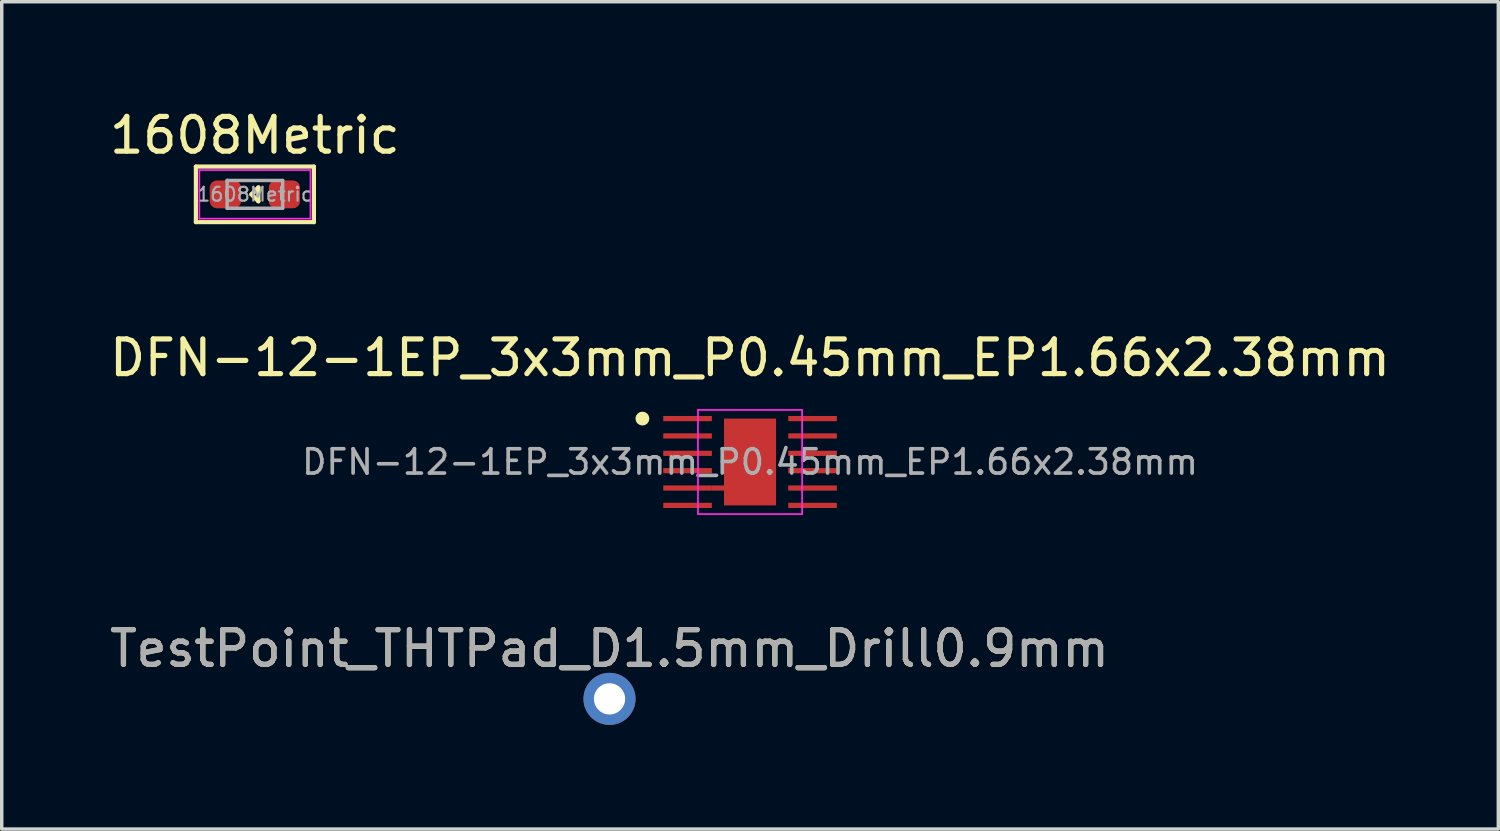
<source format=kicad_pcb>
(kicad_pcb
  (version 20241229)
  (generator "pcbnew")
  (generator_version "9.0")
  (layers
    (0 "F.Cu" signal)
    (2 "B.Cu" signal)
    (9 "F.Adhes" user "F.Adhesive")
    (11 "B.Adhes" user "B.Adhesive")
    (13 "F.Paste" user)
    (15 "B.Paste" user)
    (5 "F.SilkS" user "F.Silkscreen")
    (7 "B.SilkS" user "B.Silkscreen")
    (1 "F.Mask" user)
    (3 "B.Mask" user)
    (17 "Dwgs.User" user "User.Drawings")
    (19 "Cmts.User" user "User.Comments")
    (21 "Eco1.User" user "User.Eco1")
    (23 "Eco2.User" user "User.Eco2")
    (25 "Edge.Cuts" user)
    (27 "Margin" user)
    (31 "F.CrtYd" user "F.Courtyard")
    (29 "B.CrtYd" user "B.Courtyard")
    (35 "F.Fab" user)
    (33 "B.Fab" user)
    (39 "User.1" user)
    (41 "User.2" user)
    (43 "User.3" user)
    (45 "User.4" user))
  (footprint "DFN-12-1EP_3x3mm_P0.45mm_EP1.66x2.38mm"
    (layer "F.Cu")
    (at 18.554 10.257)
    (property "Reference" "DFN-12-1EP_3x3mm_P0.45mm_EP1.66x2.38mm" (at 0 -3 0) (layer "F.SilkS") (effects (font (size 1 1) (thickness 0.15))))
    (attr smd)
    (fp_circle (center -3.1 -1.25) (end -3 -1.25) (stroke (width 0.2) (type solid)) (fill no) (layer "F.SilkS"))
    (fp_line (start -1.5 -1.5) (end -1.5 1.5) (stroke (width 0.05) (type solid)) (layer "F.CrtYd"))
    (fp_line (start -1.5 -1.5) (end 1.5 -1.5) (stroke (width 0.05) (type solid)) (layer "F.CrtYd"))
    (fp_line (start -1.5 1.5) (end 1.5 1.5) (stroke (width 0.05) (type solid)) (layer "F.CrtYd"))
    (fp_line (start 1.5 -1.5) (end 1.5 1.5) (stroke (width 0.05) (type solid)) (layer "F.CrtYd"))
    (fp_text user "${REFERENCE}" (at 0 0 0) (layer "F.Fab") (effects (font (size 0.7 0.7) (thickness 0.105))))
    (pad "1" smd rect (at -1.8 -1.25) (size 1.4 0.15) (layers "F.Cu" "F.Mask" "F.Paste"))
    (pad "2" smd rect (at -1.8 -0.75) (size 1.4 0.15) (layers "F.Cu" "F.Mask" "F.Paste"))
    (pad "3" smd rect (at -1.8 -0.25) (size 1.4 0.15) (layers "F.Cu" "F.Mask" "F.Paste"))
    (pad "4" smd rect (at -1.8 0.25) (size 1.4 0.15) (layers "F.Cu" "F.Mask" "F.Paste"))
    (pad "5" smd rect (at -1.8 0.75) (size 1.4 0.15) (layers "F.Cu" "F.Mask" "F.Paste"))
    (pad "6" smd rect (at -1.8 1.25) (size 1.4 0.15) (layers "F.Cu" "F.Mask" "F.Paste"))
    (pad "7" smd rect (at 1.8 1.25) (size 1.4 0.15) (layers "F.Cu" "F.Mask" "F.Paste"))
    (pad "8" smd rect (at 1.8 0.75) (size 1.4 0.15) (layers "F.Cu" "F.Mask" "F.Paste"))
    (pad "9" smd rect (at 1.8 0.25) (size 1.4 0.15) (layers "F.Cu" "F.Mask" "F.Paste"))
    (pad "10" smd rect (at 1.8 -0.25) (size 1.4 0.15) (layers "F.Cu" "F.Mask" "F.Paste"))
    (pad "11" smd rect (at 1.8 -0.75) (size 1.4 0.15) (layers "F.Cu" "F.Mask" "F.Paste"))
    (pad "12" smd rect (at 1.8 -1.25) (size 1.4 0.15) (layers "F.Cu" "F.Mask" "F.Paste"))
    (pad "13" smd rect (at -0.925 0.75) (size 0.35 0.15) (layers "F.Cu" "F.Mask" "F.Paste"))
    (pad "13" smd rect (at 0 0) (size 1.5 2.5) (layers "F.Cu" "F.Mask" "F.Paste")))
  (footprint "1608Metric"
    (layer "F.Cu")
    (at 4.292 2.548)
    (property "Reference" "1608Metric" (at 0 -1.7 0) (layer "F.SilkS") (effects (font (size 1 1) (thickness 0.15))))
    (attr smd)
    (fp_line (start -1.7 -0.8) (end -1.7 0.8) (stroke (width 0.12) (type solid)) (layer "F.SilkS"))
    (fp_line (start -1.7 -0.8) (end 1.7 -0.8) (stroke (width 0.12) (type solid)) (layer "F.SilkS"))
    (fp_line (start -1.7 0.8) (end 1.7 0.8) (stroke (width 0.12) (type solid)) (layer "F.SilkS"))
    (fp_line (start -0.1 0) (end 0.1 -0.2) (stroke (width 0.12) (type solid)) (layer "F.SilkS"))
    (fp_line (start 0.1 -0.2) (end 0.1 0.2) (stroke (width 0.12) (type solid)) (layer "F.SilkS"))
    (fp_line (start 0.1 0.2) (end -0.1 0) (stroke (width 0.12) (type solid)) (layer "F.SilkS"))
    (fp_line (start 1.7 -0.8) (end 1.7 0.8) (stroke (width 0.12) (type solid)) (layer "F.SilkS"))
    (fp_line (start -1.6 -0.7) (end 1.6 -0.7) (stroke (width 0.05) (type solid)) (layer "F.CrtYd"))
    (fp_line (start -1.6 0.7) (end -1.6 -0.7) (stroke (width 0.05) (type solid)) (layer "F.CrtYd"))
    (fp_line (start 1.6 -0.7) (end 1.6 0.7) (stroke (width 0.05) (type solid)) (layer "F.CrtYd"))
    (fp_line (start 1.6 0.7) (end -1.6 0.7) (stroke (width 0.05) (type solid)) (layer "F.CrtYd"))
    (fp_line (start -0.8 -0.4) (end 0.8 -0.4) (stroke (width 0.1) (type solid)) (layer "F.Fab"))
    (fp_line (start -0.8 0.4) (end -0.8 -0.4) (stroke (width 0.1) (type solid)) (layer "F.Fab"))
    (fp_line (start 0.8 -0.4) (end 0.8 0.4) (stroke (width 0.1) (type solid)) (layer "F.Fab"))
    (fp_line (start 0.8 0.4) (end -0.8 0.4) (stroke (width 0.1) (type solid)) (layer "F.Fab"))
    (fp_text user "${REFERENCE}" (at 0 0 0) (layer "F.Fab") (effects (font (size 0.4 0.4) (thickness 0.06))))
    (pad "1" smd roundrect (at -0.85 0) (size 0.9 0.8) (layers "F.Cu" "F.Mask" "F.Paste") (roundrect_rratio 0.25))
    (pad "2" smd roundrect (at 0.85 0) (size 0.9 0.8) (layers "F.Cu" "F.Mask" "F.Paste") (roundrect_rratio 0.25)))
  (footprint "TestPoint_THTPad_D1.5mm_Drill0.9mm"
    (layer "F.Cu")
    (at 14.506 17.08)
    (property "Reference" "TestPoint_THTPad_D1.5mm_Drill0.9mm" (at 0 -1.448 0) (layer "F.SilkS") (effects (font (size 1 1) (thickness 0.15))))
    (attr exclude_from_pos_files exclude_from_bom)
    (fp_text user "${REFERENCE}" (at 0 -1.45 0) (layer "F.Fab") (effects (font (size 1 1) (thickness 0.15))))
    (pad "1" thru_hole circle (at 0 0) (size 1.5 1.5) (drill 0.9) (layers "*.Cu" "*.Mask")))
  (gr_rect
    (start -3 -3)
    (end 40.107 20.83)
    (stroke (width 0.1) (type default))
    (fill no)
    (layer "Edge.Cuts")))
</source>
